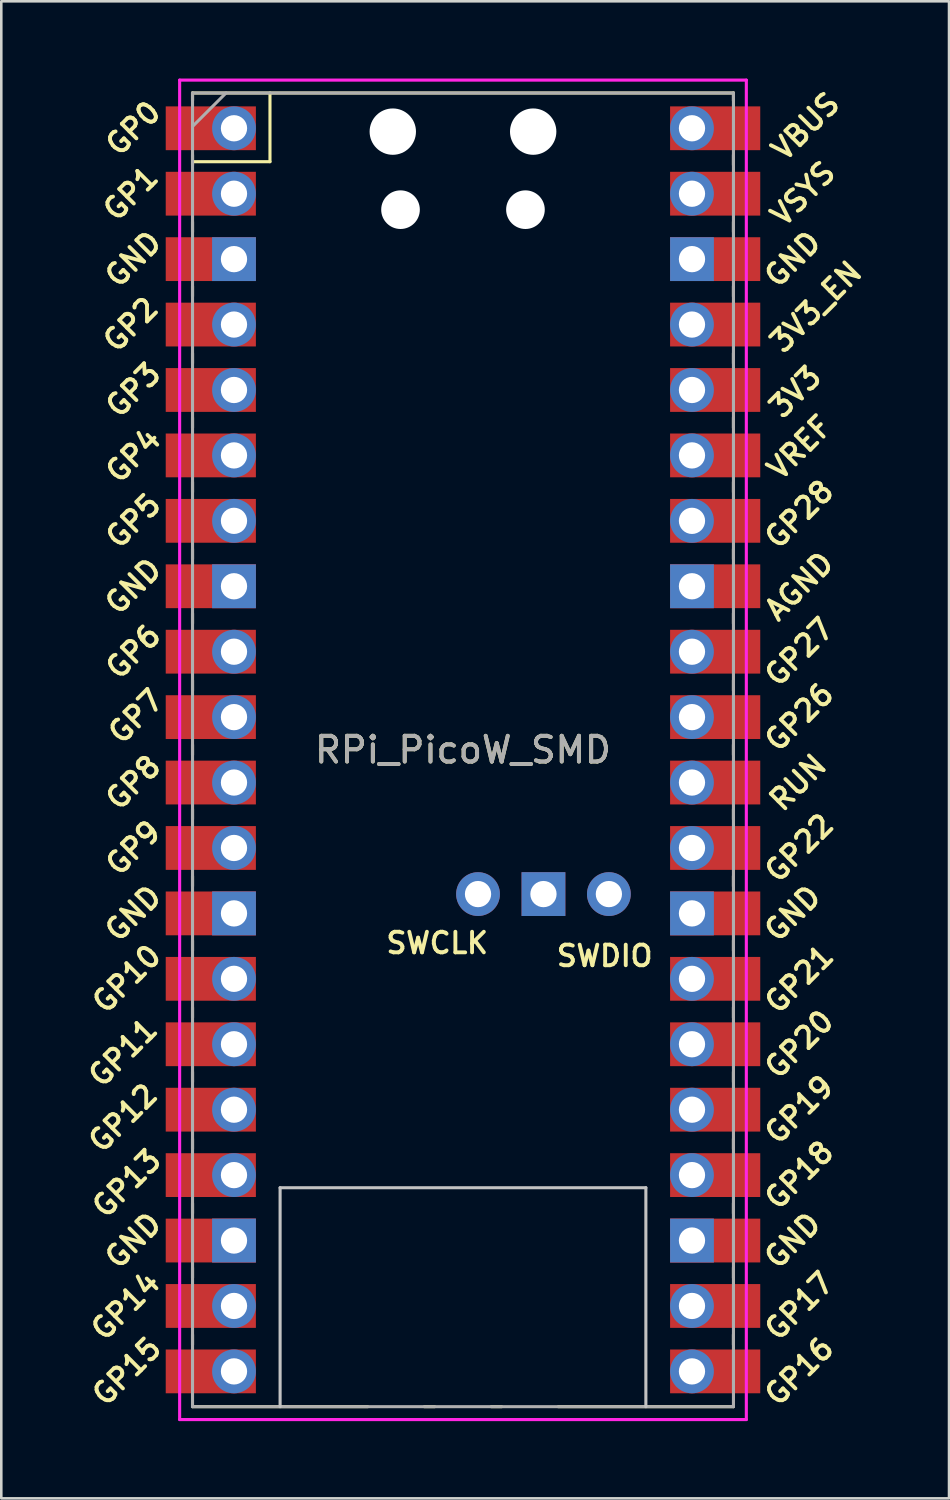
<source format=kicad_pcb>
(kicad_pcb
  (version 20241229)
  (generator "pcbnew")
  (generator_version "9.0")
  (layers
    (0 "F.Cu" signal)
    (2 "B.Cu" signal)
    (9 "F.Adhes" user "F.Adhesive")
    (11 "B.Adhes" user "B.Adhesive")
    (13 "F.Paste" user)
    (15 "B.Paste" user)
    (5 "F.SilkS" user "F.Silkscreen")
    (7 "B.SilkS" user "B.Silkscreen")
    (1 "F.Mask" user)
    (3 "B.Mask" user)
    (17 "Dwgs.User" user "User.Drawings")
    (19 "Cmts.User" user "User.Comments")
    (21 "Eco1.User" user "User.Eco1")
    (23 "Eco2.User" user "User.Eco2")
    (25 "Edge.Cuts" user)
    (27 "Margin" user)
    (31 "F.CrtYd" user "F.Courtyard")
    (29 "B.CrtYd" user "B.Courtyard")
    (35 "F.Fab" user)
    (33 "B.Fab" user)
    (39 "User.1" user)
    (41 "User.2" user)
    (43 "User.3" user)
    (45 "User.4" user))
  (footprint "RPi_PicoW_SMD"
    (layer "F.Cu")
    (at 14.924 26.06)
    (property "Reference" "RPi_PicoW_SMD" (at 0 0 0) (layer "F.SilkS") (effects (font (size 1 1) (thickness 0.15))))
    (attr through_hole)
    (fp_line (start -10.5 -25.5) (end -10.5 -25.2) (stroke (width 0.12) (type solid)) (layer "F.SilkS"))
    (fp_line (start -10.5 -25.5) (end 10.5 -25.5) (stroke (width 0.12) (type solid)) (layer "F.SilkS"))
    (fp_line (start -10.5 -23.1) (end -10.5 -22.7) (stroke (width 0.12) (type solid)) (layer "F.SilkS"))
    (fp_line (start -10.5 -22.833) (end -7.493 -22.833) (stroke (width 0.12) (type solid)) (layer "F.SilkS"))
    (fp_line (start -10.5 -20.5) (end -10.5 -20.1) (stroke (width 0.12) (type solid)) (layer "F.SilkS"))
    (fp_line (start -10.5 -18) (end -10.5 -17.6) (stroke (width 0.12) (type solid)) (layer "F.SilkS"))
    (fp_line (start -10.5 -15.4) (end -10.5 -15) (stroke (width 0.12) (type solid)) (layer "F.SilkS"))
    (fp_line (start -10.5 -12.9) (end -10.5 -12.5) (stroke (width 0.12) (type solid)) (layer "F.SilkS"))
    (fp_line (start -10.5 -10.4) (end -10.5 -10) (stroke (width 0.12) (type solid)) (layer "F.SilkS"))
    (fp_line (start -10.5 -7.8) (end -10.5 -7.4) (stroke (width 0.12) (type solid)) (layer "F.SilkS"))
    (fp_line (start -10.5 -5.3) (end -10.5 -4.9) (stroke (width 0.12) (type solid)) (layer "F.SilkS"))
    (fp_line (start -10.5 -2.7) (end -10.5 -2.3) (stroke (width 0.12) (type solid)) (layer "F.SilkS"))
    (fp_line (start -10.5 -0.2) (end -10.5 0.2) (stroke (width 0.12) (type solid)) (layer "F.SilkS"))
    (fp_line (start -10.5 2.3) (end -10.5 2.7) (stroke (width 0.12) (type solid)) (layer "F.SilkS"))
    (fp_line (start -10.5 4.9) (end -10.5 5.3) (stroke (width 0.12) (type solid)) (layer "F.SilkS"))
    (fp_line (start -10.5 7.4) (end -10.5 7.8) (stroke (width 0.12) (type solid)) (layer "F.SilkS"))
    (fp_line (start -10.5 10) (end -10.5 10.4) (stroke (width 0.12) (type solid)) (layer "F.SilkS"))
    (fp_line (start -10.5 12.5) (end -10.5 12.9) (stroke (width 0.12) (type solid)) (layer "F.SilkS"))
    (fp_line (start -10.5 15.1) (end -10.5 15.5) (stroke (width 0.12) (type solid)) (layer "F.SilkS"))
    (fp_line (start -10.5 17.6) (end -10.5 18) (stroke (width 0.12) (type solid)) (layer "F.SilkS"))
    (fp_line (start -10.5 20.1) (end -10.5 20.5) (stroke (width 0.12) (type solid)) (layer "F.SilkS"))
    (fp_line (start -10.5 22.7) (end -10.5 23.1) (stroke (width 0.12) (type solid)) (layer "F.SilkS"))
    (fp_line (start -7.493 -22.833) (end -7.493 -25.5) (stroke (width 0.12) (type solid)) (layer "F.SilkS"))
    (fp_line (start -3.7 25.5) (end -10.5 25.5) (stroke (width 0.12) (type solid)) (layer "F.SilkS"))
    (fp_line (start -1.5 25.5) (end -1.1 25.5) (stroke (width 0.12) (type solid)) (layer "F.SilkS"))
    (fp_line (start 1.1 25.5) (end 1.5 25.5) (stroke (width 0.12) (type solid)) (layer "F.SilkS"))
    (fp_line (start 10.5 -25.5) (end 10.5 -25.2) (stroke (width 0.12) (type solid)) (layer "F.SilkS"))
    (fp_line (start 10.5 -23.1) (end 10.5 -22.7) (stroke (width 0.12) (type solid)) (layer "F.SilkS"))
    (fp_line (start 10.5 -20.5) (end 10.5 -20.1) (stroke (width 0.12) (type solid)) (layer "F.SilkS"))
    (fp_line (start 10.5 -18) (end 10.5 -17.6) (stroke (width 0.12) (type solid)) (layer "F.SilkS"))
    (fp_line (start 10.5 -15.4) (end 10.5 -15) (stroke (width 0.12) (type solid)) (layer "F.SilkS"))
    (fp_line (start 10.5 -12.9) (end 10.5 -12.5) (stroke (width 0.12) (type solid)) (layer "F.SilkS"))
    (fp_line (start 10.5 -10.4) (end 10.5 -10) (stroke (width 0.12) (type solid)) (layer "F.SilkS"))
    (fp_line (start 10.5 -7.8) (end 10.5 -7.4) (stroke (width 0.12) (type solid)) (layer "F.SilkS"))
    (fp_line (start 10.5 -5.3) (end 10.5 -4.9) (stroke (width 0.12) (type solid)) (layer "F.SilkS"))
    (fp_line (start 10.5 -2.7) (end 10.5 -2.3) (stroke (width 0.12) (type solid)) (layer "F.SilkS"))
    (fp_line (start 10.5 -0.2) (end 10.5 0.2) (stroke (width 0.12) (type solid)) (layer "F.SilkS"))
    (fp_line (start 10.5 2.3) (end 10.5 2.7) (stroke (width 0.12) (type solid)) (layer "F.SilkS"))
    (fp_line (start 10.5 4.9) (end 10.5 5.3) (stroke (width 0.12) (type solid)) (layer "F.SilkS"))
    (fp_line (start 10.5 7.4) (end 10.5 7.8) (stroke (width 0.12) (type solid)) (layer "F.SilkS"))
    (fp_line (start 10.5 10) (end 10.5 10.4) (stroke (width 0.12) (type solid)) (layer "F.SilkS"))
    (fp_line (start 10.5 12.5) (end 10.5 12.9) (stroke (width 0.12) (type solid)) (layer "F.SilkS"))
    (fp_line (start 10.5 15.1) (end 10.5 15.5) (stroke (width 0.12) (type solid)) (layer "F.SilkS"))
    (fp_line (start 10.5 17.6) (end 10.5 18) (stroke (width 0.12) (type solid)) (layer "F.SilkS"))
    (fp_line (start 10.5 20.1) (end 10.5 20.5) (stroke (width 0.12) (type solid)) (layer "F.SilkS"))
    (fp_line (start 10.5 22.7) (end 10.5 23.1) (stroke (width 0.12) (type solid)) (layer "F.SilkS"))
    (fp_line (start 10.5 25.5) (end 3.7 25.5) (stroke (width 0.12) (type solid)) (layer "F.SilkS"))
    (fp_line (start -7.1 17) (end 7.1 17) (stroke (width 0.12) (type solid)) (layer "Dwgs.User"))
    (fp_line (start -7.1 25.5) (end -7.1 17) (stroke (width 0.12) (type solid)) (layer "Dwgs.User"))
    (fp_line (start 7.1 17) (end 7.1 25.5) (stroke (width 0.12) (type solid)) (layer "Dwgs.User"))
    (fp_line (start -11 -26) (end 11 -26) (stroke (width 0.12) (type solid)) (layer "F.CrtYd"))
    (fp_line (start -11 26) (end -11 -26) (stroke (width 0.12) (type solid)) (layer "F.CrtYd"))
    (fp_line (start 11 -26) (end 11 26) (stroke (width 0.12) (type solid)) (layer "F.CrtYd"))
    (fp_line (start 11 26) (end -11 26) (stroke (width 0.12) (type solid)) (layer "F.CrtYd"))
    (fp_line (start -10.5 -25.5) (end 10.5 -25.5) (stroke (width 0.12) (type solid)) (layer "F.Fab"))
    (fp_line (start -10.5 -24.2) (end -9.2 -25.5) (stroke (width 0.12) (type solid)) (layer "F.Fab"))
    (fp_line (start -10.5 25.5) (end -10.5 -25.5) (stroke (width 0.12) (type solid)) (layer "F.Fab"))
    (fp_line (start 10.5 -25.5) (end 10.5 25.5) (stroke (width 0.12) (type solid)) (layer "F.Fab"))
    (fp_line (start 10.5 25.5) (end -10.5 25.5) (stroke (width 0.12) (type solid)) (layer "F.Fab"))
    (fp_text user "GP2" (at -12.9 -16.51 45) (layer "F.SilkS") (effects (font (size 0.8 0.8) (thickness 0.15))))
    (fp_text user "GP21" (at 13.054 8.9 45) (layer "F.SilkS") (effects (font (size 0.8 0.8) (thickness 0.15))))
    (fp_text user "GND" (at -12.8 -19.05 45) (layer "F.SilkS") (effects (font (size 0.8 0.8) (thickness 0.15))))
    (fp_text user "GP13" (at -13.054 16.832 45) (layer "F.SilkS") (effects (font (size 0.8 0.8) (thickness 0.15))))
    (fp_text user "GP18" (at 13.054 16.51 45) (layer "F.SilkS") (effects (font (size 0.8 0.8) (thickness 0.15))))
    (fp_text user "GP7" (at -12.7 -1.3 45) (layer "F.SilkS") (effects (font (size 0.8 0.8) (thickness 0.15))))
    (fp_text user "VREF" (at 13.068 -11.742 45) (layer "F.SilkS") (effects (font (size 0.8 0.8) (thickness 0.15))))
    (fp_text user "SWCLK" (at -1 7.5 0) (layer "F.SilkS") (effects (font (size 0.8 0.8) (thickness 0.15))))
    (fp_text user "GND" (at -12.8 6.35 45) (layer "F.SilkS") (effects (font (size 0.8 0.8) (thickness 0.15))))
    (fp_text user "GND" (at 12.8 19.05 45) (layer "F.SilkS") (effects (font (size 0.8 0.8) (thickness 0.15))))
    (fp_text user "GND" (at 12.8 -19.05 45) (layer "F.SilkS") (effects (font (size 0.8 0.8) (thickness 0.15))))
    (fp_text user "GP0" (at -12.8 -24.13 45) (layer "F.SilkS") (effects (font (size 0.8 0.8) (thickness 0.15))))
    (fp_text user "GND" (at 12.8 6.35 45) (layer "F.SilkS") (effects (font (size 0.8 0.8) (thickness 0.15))))
    (fp_text user "SWDIO" (at 5.5 8 0) (layer "F.SilkS") (effects (font (size 0.8 0.8) (thickness 0.15))))
    (fp_text user "RUN" (at 13 1.27 45) (layer "F.SilkS") (effects (font (size 0.8 0.8) (thickness 0.15))))
    (fp_text user "GND" (at -12.8 -6.35 45) (layer "F.SilkS") (effects (font (size 0.8 0.8) (thickness 0.15))))
    (fp_text user "GP1" (at -12.9 -21.6 45) (layer "F.SilkS") (effects (font (size 0.8 0.8) (thickness 0.15))))
    (fp_text user "3V3_EN" (at 13.7 -17.2 45) (layer "F.SilkS") (effects (font (size 0.8 0.8) (thickness 0.15))))
    (fp_text user "GP17" (at 13.054 21.59 45) (layer "F.SilkS") (effects (font (size 0.8 0.8) (thickness 0.15))))
    (fp_text user "GP26" (at 13.054 -1.27 45) (layer "F.SilkS") (effects (font (size 0.8 0.8) (thickness 0.15))))
    (fp_text user "GP3" (at -12.8 -13.97 45) (layer "F.SilkS") (effects (font (size 0.8 0.8) (thickness 0.15))))
    (fp_text user "GP20" (at 13.054 11.43 45) (layer "F.SilkS") (effects (font (size 0.8 0.8) (thickness 0.15))))
    (fp_text user "GP27" (at 13.054 -3.8 45) (layer "F.SilkS") (effects (font (size 0.8 0.8) (thickness 0.15))))
    (fp_text user "AGND" (at 13.054 -6.35 45) (layer "F.SilkS") (effects (font (size 0.8 0.8) (thickness 0.15))))
    (fp_text user "GND" (at -12.8 19.05 45) (layer "F.SilkS") (effects (font (size 0.8 0.8) (thickness 0.15))))
    (fp_text user "GP22" (at 13.054 3.81 45) (layer "F.SilkS") (effects (font (size 0.8 0.8) (thickness 0.15))))
    (fp_text user "GP9" (at -12.8 3.81 45) (layer "F.SilkS") (effects (font (size 0.8 0.8) (thickness 0.15))))
    (fp_text user "GP14" (at -13.1 21.59 45) (layer "F.SilkS") (effects (font (size 0.8 0.8) (thickness 0.15))))
    (fp_text user "GP11" (at -13.2 11.752 45) (layer "F.SilkS") (effects (font (size 0.8 0.8) (thickness 0.15))))
    (fp_text user "GP4" (at -12.8 -11.43 45) (layer "F.SilkS") (effects (font (size 0.8 0.8) (thickness 0.15))))
    (fp_text user "3V3" (at 12.9 -13.9 45) (layer "F.SilkS") (effects (font (size 0.8 0.8) (thickness 0.15))))
    (fp_text user "GP5" (at -12.8 -8.89 45) (layer "F.SilkS") (effects (font (size 0.8 0.8) (thickness 0.15))))
    (fp_text user "GP12" (at -13.2 14.293 45) (layer "F.SilkS") (effects (font (size 0.8 0.8) (thickness 0.15))))
    (fp_text user "VSYS" (at 13.2 -21.59 45) (layer "F.SilkS") (effects (font (size 0.8 0.8) (thickness 0.15))))
    (fp_text user "GP15" (at -13.054 24.13 45) (layer "F.SilkS") (effects (font (size 0.8 0.8) (thickness 0.15))))
    (fp_text user "GP16" (at 13.054 24.13 45) (layer "F.SilkS") (effects (font (size 0.8 0.8) (thickness 0.15))))
    (fp_text user "GP6" (at -12.8 -3.81 45) (layer "F.SilkS") (effects (font (size 0.8 0.8) (thickness 0.15))))
    (fp_text user "GP19" (at 13.054 13.97 45) (layer "F.SilkS") (effects (font (size 0.8 0.8) (thickness 0.15))))
    (fp_text user "VBUS" (at 13.3 -24.2 45) (layer "F.SilkS") (effects (font (size 0.8 0.8) (thickness 0.15))))
    (fp_text user "GP10" (at -13.054 8.89 45) (layer "F.SilkS") (effects (font (size 0.8 0.8) (thickness 0.15))))
    (fp_text user "GP8" (at -12.8 1.27 45) (layer "F.SilkS") (effects (font (size 0.8 0.8) (thickness 0.15))))
    (fp_text user "GP28" (at 13.054 -9.144 45) (layer "F.SilkS") (effects (font (size 0.8 0.8) (thickness 0.15))))
    (fp_text user "${REFERENCE}" (at 0 0 180) (layer "F.Fab") (effects (font (size 1 1) (thickness 0.15))))
    (pad "" np_thru_hole oval (at -2.725 -24) (size 1.8 1.8) (drill 1.8) (layers "*.Cu" "*.Mask"))
    (pad "" np_thru_hole oval (at -2.425 -20.97) (size 1.5 1.5) (drill 1.5) (layers "*.Cu" "*.Mask"))
    (pad "" np_thru_hole oval (at 2.425 -20.97) (size 1.5 1.5) (drill 1.5) (layers "*.Cu" "*.Mask"))
    (pad "" np_thru_hole oval (at 2.725 -24) (size 1.8 1.8) (drill 1.8) (layers "*.Cu" "*.Mask"))
    (pad "1" thru_hole oval (at -8.89 -24.13) (size 1.7 1.7) (drill 1.02) (layers "*.Cu" "*.Mask"))
    (pad "1" smd rect (at -8.89 -24.13) (size 3.5 1.7) (drill (offset -0.9 0)) (layers "F.Cu" "F.Mask"))
    (pad "2" thru_hole oval (at -8.89 -21.59) (size 1.7 1.7) (drill 1.02) (layers "*.Cu" "*.Mask"))
    (pad "2" smd rect (at -8.89 -21.59) (size 3.5 1.7) (drill (offset -0.9 0)) (layers "F.Cu" "F.Mask"))
    (pad "3" thru_hole rect (at -8.89 -19.05) (size 1.7 1.7) (drill 1.02) (layers "*.Cu" "*.Mask"))
    (pad "3" smd rect (at -8.89 -19.05) (size 3.5 1.7) (drill (offset -0.9 0)) (layers "F.Cu" "F.Mask"))
    (pad "4" thru_hole oval (at -8.89 -16.51) (size 1.7 1.7) (drill 1.02) (layers "*.Cu" "*.Mask"))
    (pad "4" smd rect (at -8.89 -16.51) (size 3.5 1.7) (drill (offset -0.9 0)) (layers "F.Cu" "F.Mask"))
    (pad "5" thru_hole oval (at -8.89 -13.97) (size 1.7 1.7) (drill 1.02) (layers "*.Cu" "*.Mask"))
    (pad "5" smd rect (at -8.89 -13.97) (size 3.5 1.7) (drill (offset -0.9 0)) (layers "F.Cu" "F.Mask"))
    (pad "6" thru_hole oval (at -8.89 -11.43) (size 1.7 1.7) (drill 1.02) (layers "*.Cu" "*.Mask"))
    (pad "6" smd rect (at -8.89 -11.43) (size 3.5 1.7) (drill (offset -0.9 0)) (layers "F.Cu" "F.Mask"))
    (pad "7" thru_hole oval (at -8.89 -8.89) (size 1.7 1.7) (drill 1.02) (layers "*.Cu" "*.Mask"))
    (pad "7" smd rect (at -8.89 -8.89) (size 3.5 1.7) (drill (offset -0.9 0)) (layers "F.Cu" "F.Mask"))
    (pad "8" thru_hole rect (at -8.89 -6.35) (size 1.7 1.7) (drill 1.02) (layers "*.Cu" "*.Mask"))
    (pad "8" smd rect (at -8.89 -6.35) (size 3.5 1.7) (drill (offset -0.9 0)) (layers "F.Cu" "F.Mask"))
    (pad "9" thru_hole oval (at -8.89 -3.81) (size 1.7 1.7) (drill 1.02) (layers "*.Cu" "*.Mask"))
    (pad "9" smd rect (at -8.89 -3.81) (size 3.5 1.7) (drill (offset -0.9 0)) (layers "F.Cu" "F.Mask"))
    (pad "10" thru_hole oval (at -8.89 -1.27) (size 1.7 1.7) (drill 1.02) (layers "*.Cu" "*.Mask"))
    (pad "10" smd rect (at -8.89 -1.27) (size 3.5 1.7) (drill (offset -0.9 0)) (layers "F.Cu" "F.Mask"))
    (pad "11" thru_hole oval (at -8.89 1.27) (size 1.7 1.7) (drill 1.02) (layers "*.Cu" "*.Mask"))
    (pad "11" smd rect (at -8.89 1.27) (size 3.5 1.7) (drill (offset -0.9 0)) (layers "F.Cu" "F.Mask"))
    (pad "12" thru_hole oval (at -8.89 3.81) (size 1.7 1.7) (drill 1.02) (layers "*.Cu" "*.Mask"))
    (pad "12" smd rect (at -8.89 3.81) (size 3.5 1.7) (drill (offset -0.9 0)) (layers "F.Cu" "F.Mask"))
    (pad "13" thru_hole rect (at -8.89 6.35) (size 1.7 1.7) (drill 1.02) (layers "*.Cu" "*.Mask"))
    (pad "13" smd rect (at -8.89 6.35) (size 3.5 1.7) (drill (offset -0.9 0)) (layers "F.Cu" "F.Mask"))
    (pad "14" thru_hole oval (at -8.89 8.89) (size 1.7 1.7) (drill 1.02) (layers "*.Cu" "*.Mask"))
    (pad "14" smd rect (at -8.89 8.89) (size 3.5 1.7) (drill (offset -0.9 0)) (layers "F.Cu" "F.Mask"))
    (pad "15" thru_hole oval (at -8.89 11.43) (size 1.7 1.7) (drill 1.02) (layers "*.Cu" "*.Mask"))
    (pad "15" smd rect (at -8.89 11.43) (size 3.5 1.7) (drill (offset -0.9 0)) (layers "F.Cu" "F.Mask"))
    (pad "16" thru_hole oval (at -8.89 13.97) (size 1.7 1.7) (drill 1.02) (layers "*.Cu" "*.Mask"))
    (pad "16" smd rect (at -8.89 13.97) (size 3.5 1.7) (drill (offset -0.9 0)) (layers "F.Cu" "F.Mask"))
    (pad "17" thru_hole oval (at -8.89 16.51) (size 1.7 1.7) (drill 1.02) (layers "*.Cu" "*.Mask"))
    (pad "17" smd rect (at -8.89 16.51) (size 3.5 1.7) (drill (offset -0.9 0)) (layers "F.Cu" "F.Mask"))
    (pad "18" thru_hole rect (at -8.89 19.05) (size 1.7 1.7) (drill 1.02) (layers "*.Cu" "*.Mask"))
    (pad "18" smd rect (at -8.89 19.05) (size 3.5 1.7) (drill (offset -0.9 0)) (layers "F.Cu" "F.Mask"))
    (pad "19" thru_hole oval (at -8.89 21.59) (size 1.7 1.7) (drill 1.02) (layers "*.Cu" "*.Mask"))
    (pad "19" smd rect (at -8.89 21.59) (size 3.5 1.7) (drill (offset -0.9 0)) (layers "F.Cu" "F.Mask"))
    (pad "20" thru_hole oval (at -8.89 24.13) (size 1.7 1.7) (drill 1.02) (layers "*.Cu" "*.Mask"))
    (pad "20" smd rect (at -8.89 24.13) (size 3.5 1.7) (drill (offset -0.9 0)) (layers "F.Cu" "F.Mask"))
    (pad "21" thru_hole oval (at 8.89 24.13) (size 1.7 1.7) (drill 1.02) (layers "*.Cu" "*.Mask"))
    (pad "21" smd rect (at 8.89 24.13) (size 3.5 1.7) (drill (offset 0.9 0)) (layers "F.Cu" "F.Mask"))
    (pad "22" thru_hole oval (at 8.89 21.59) (size 1.7 1.7) (drill 1.02) (layers "*.Cu" "*.Mask"))
    (pad "22" smd rect (at 8.89 21.59) (size 3.5 1.7) (drill (offset 0.9 0)) (layers "F.Cu" "F.Mask"))
    (pad "23" thru_hole rect (at 8.89 19.05) (size 1.7 1.7) (drill 1.02) (layers "*.Cu" "*.Mask"))
    (pad "23" smd rect (at 8.89 19.05) (size 3.5 1.7) (drill (offset 0.9 0)) (layers "F.Cu" "F.Mask"))
    (pad "24" thru_hole oval (at 8.89 16.51) (size 1.7 1.7) (drill 1.02) (layers "*.Cu" "*.Mask"))
    (pad "24" smd rect (at 8.89 16.51) (size 3.5 1.7) (drill (offset 0.9 0)) (layers "F.Cu" "F.Mask"))
    (pad "25" thru_hole oval (at 8.89 13.97) (size 1.7 1.7) (drill 1.02) (layers "*.Cu" "*.Mask"))
    (pad "25" smd rect (at 8.89 13.97) (size 3.5 1.7) (drill (offset 0.9 0)) (layers "F.Cu" "F.Mask"))
    (pad "26" thru_hole oval (at 8.89 11.43) (size 1.7 1.7) (drill 1.02) (layers "*.Cu" "*.Mask"))
    (pad "26" smd rect (at 8.89 11.43) (size 3.5 1.7) (drill (offset 0.9 0)) (layers "F.Cu" "F.Mask"))
    (pad "27" thru_hole oval (at 8.89 8.89) (size 1.7 1.7) (drill 1.02) (layers "*.Cu" "*.Mask"))
    (pad "27" smd rect (at 8.89 8.89) (size 3.5 1.7) (drill (offset 0.9 0)) (layers "F.Cu" "F.Mask"))
    (pad "28" thru_hole rect (at 8.89 6.35) (size 1.7 1.7) (drill 1.02) (layers "*.Cu" "*.Mask"))
    (pad "28" smd rect (at 8.89 6.35) (size 3.5 1.7) (drill (offset 0.9 0)) (layers "F.Cu" "F.Mask"))
    (pad "29" thru_hole oval (at 8.89 3.81) (size 1.7 1.7) (drill 1.02) (layers "*.Cu" "*.Mask"))
    (pad "29" smd rect (at 8.89 3.81) (size 3.5 1.7) (drill (offset 0.9 0)) (layers "F.Cu" "F.Mask"))
    (pad "30" thru_hole oval (at 8.89 1.27) (size 1.7 1.7) (drill 1.02) (layers "*.Cu" "*.Mask"))
    (pad "30" smd rect (at 8.89 1.27) (size 3.5 1.7) (drill (offset 0.9 0)) (layers "F.Cu" "F.Mask"))
    (pad "31" thru_hole oval (at 8.89 -1.27) (size 1.7 1.7) (drill 1.02) (layers "*.Cu" "*.Mask"))
    (pad "31" smd rect (at 8.89 -1.27) (size 3.5 1.7) (drill (offset 0.9 0)) (layers "F.Cu" "F.Mask"))
    (pad "32" thru_hole oval (at 8.89 -3.81) (size 1.7 1.7) (drill 1.02) (layers "*.Cu" "*.Mask"))
    (pad "32" smd rect (at 8.89 -3.81) (size 3.5 1.7) (drill (offset 0.9 0)) (layers "F.Cu" "F.Mask"))
    (pad "33" thru_hole rect (at 8.89 -6.35) (size 1.7 1.7) (drill 1.02) (layers "*.Cu" "*.Mask"))
    (pad "33" smd rect (at 8.89 -6.35) (size 3.5 1.7) (drill (offset 0.9 0)) (layers "F.Cu" "F.Mask"))
    (pad "34" thru_hole oval (at 8.89 -8.89) (size 1.7 1.7) (drill 1.02) (layers "*.Cu" "*.Mask"))
    (pad "34" smd rect (at 8.89 -8.89) (size 3.5 1.7) (drill (offset 0.9 0)) (layers "F.Cu" "F.Mask"))
    (pad "35" thru_hole oval (at 8.89 -11.43) (size 1.7 1.7) (drill 1.02) (layers "*.Cu" "*.Mask"))
    (pad "35" smd rect (at 8.89 -11.43) (size 3.5 1.7) (drill (offset 0.9 0)) (layers "F.Cu" "F.Mask"))
    (pad "36" thru_hole oval (at 8.89 -13.97) (size 1.7 1.7) (drill 1.02) (layers "*.Cu" "*.Mask"))
    (pad "36" smd rect (at 8.89 -13.97) (size 3.5 1.7) (drill (offset 0.9 0)) (layers "F.Cu" "F.Mask"))
    (pad "37" thru_hole oval (at 8.89 -16.51) (size 1.7 1.7) (drill 1.02) (layers "*.Cu" "*.Mask"))
    (pad "37" smd rect (at 8.89 -16.51) (size 3.5 1.7) (drill (offset 0.9 0)) (layers "F.Cu" "F.Mask"))
    (pad "38" thru_hole rect (at 8.89 -19.05) (size 1.7 1.7) (drill 1.02) (layers "*.Cu" "*.Mask"))
    (pad "38" smd rect (at 8.89 -19.05) (size 3.5 1.7) (drill (offset 0.9 0)) (layers "F.Cu" "F.Mask"))
    (pad "39" thru_hole oval (at 8.89 -21.59) (size 1.7 1.7) (drill 1.02) (layers "*.Cu" "*.Mask"))
    (pad "39" smd rect (at 8.89 -21.59) (size 3.5 1.7) (drill (offset 0.9 0)) (layers "F.Cu" "F.Mask"))
    (pad "40" thru_hole oval (at 8.89 -24.13) (size 1.7 1.7) (drill 1.02) (layers "*.Cu" "*.Mask"))
    (pad "40" smd rect (at 8.89 -24.13) (size 3.5 1.7) (drill (offset 0.9 0)) (layers "F.Cu" "F.Mask"))
    (pad "41" thru_hole oval (at 0.584 5.6) (size 1.7 1.7) (drill 1.02) (layers "*.Cu" "*.Mask"))
    (pad "42" thru_hole rect (at 3.124 5.6) (size 1.7 1.7) (drill 1.02) (layers "*.Cu" "*.Mask"))
    (pad "43" thru_hole oval (at 5.664 5.6) (size 1.7 1.7) (drill 1.02) (layers "*.Cu" "*.Mask"))
    (zone (net_name "") (layer "F.Cu") (hatch edge 0.5) (connect_pads) (min_thickness 0.25) (filled_areas_thickness no) (keepout (tracks not_allowed) (vias not_allowed) (pads allowed) (copperpour not_allowed) (footprints allowed)) (placement (enabled no)) (fill) (polygon (pts (xy 11.224 1.16) (xy 11.224 5.86) (xy 18.624 5.86) (xy 18.624 1.16))))
    (zone (net_name "") (layer "F.Cu") (hatch edge 0.5) (connect_pads) (min_thickness 0.25) (filled_areas_thickness no) (keepout (tracks not_allowed) (vias not_allowed) (pads not_allowed) (copperpour not_allowed) (footprints allowed)) (placement (enabled no)) (fill) (polygon (pts (xy 11.424 9.06) (xy 11.424 11.06) (xy 13.424 11.06) (xy 13.424 9.06))))
    (zone (net_name "") (layer "F.Cu") (hatch edge 0.5) (connect_pads) (min_thickness 0.25) (filled_areas_thickness no) (keepout (tracks not_allowed) (vias not_allowed) (pads not_allowed) (copperpour not_allowed) (footprints allowed)) (placement (enabled no)) (fill) (polygon (pts (xy 11.424 11.56) (xy 11.424 13.56) (xy 13.424 13.56) (xy 13.424 11.56))))
    (zone (net_name "") (layer "F.Cu") (hatch edge 0.5) (connect_pads) (min_thickness 0.25) (filled_areas_thickness no) (keepout (tracks not_allowed) (vias not_allowed) (pads not_allowed) (copperpour not_allowed) (footprints allowed)) (placement (enabled no)) (fill) (polygon (pts (xy 11.424 14.06) (xy 11.424 16.06) (xy 13.424 16.06) (xy 13.424 14.06)))))
  (gr_rect
    (start -3 -3)
    (end 33.793 55.12)
    (stroke (width 0.1) (type default))
    (fill no)
    (layer "Edge.Cuts")))
</source>
